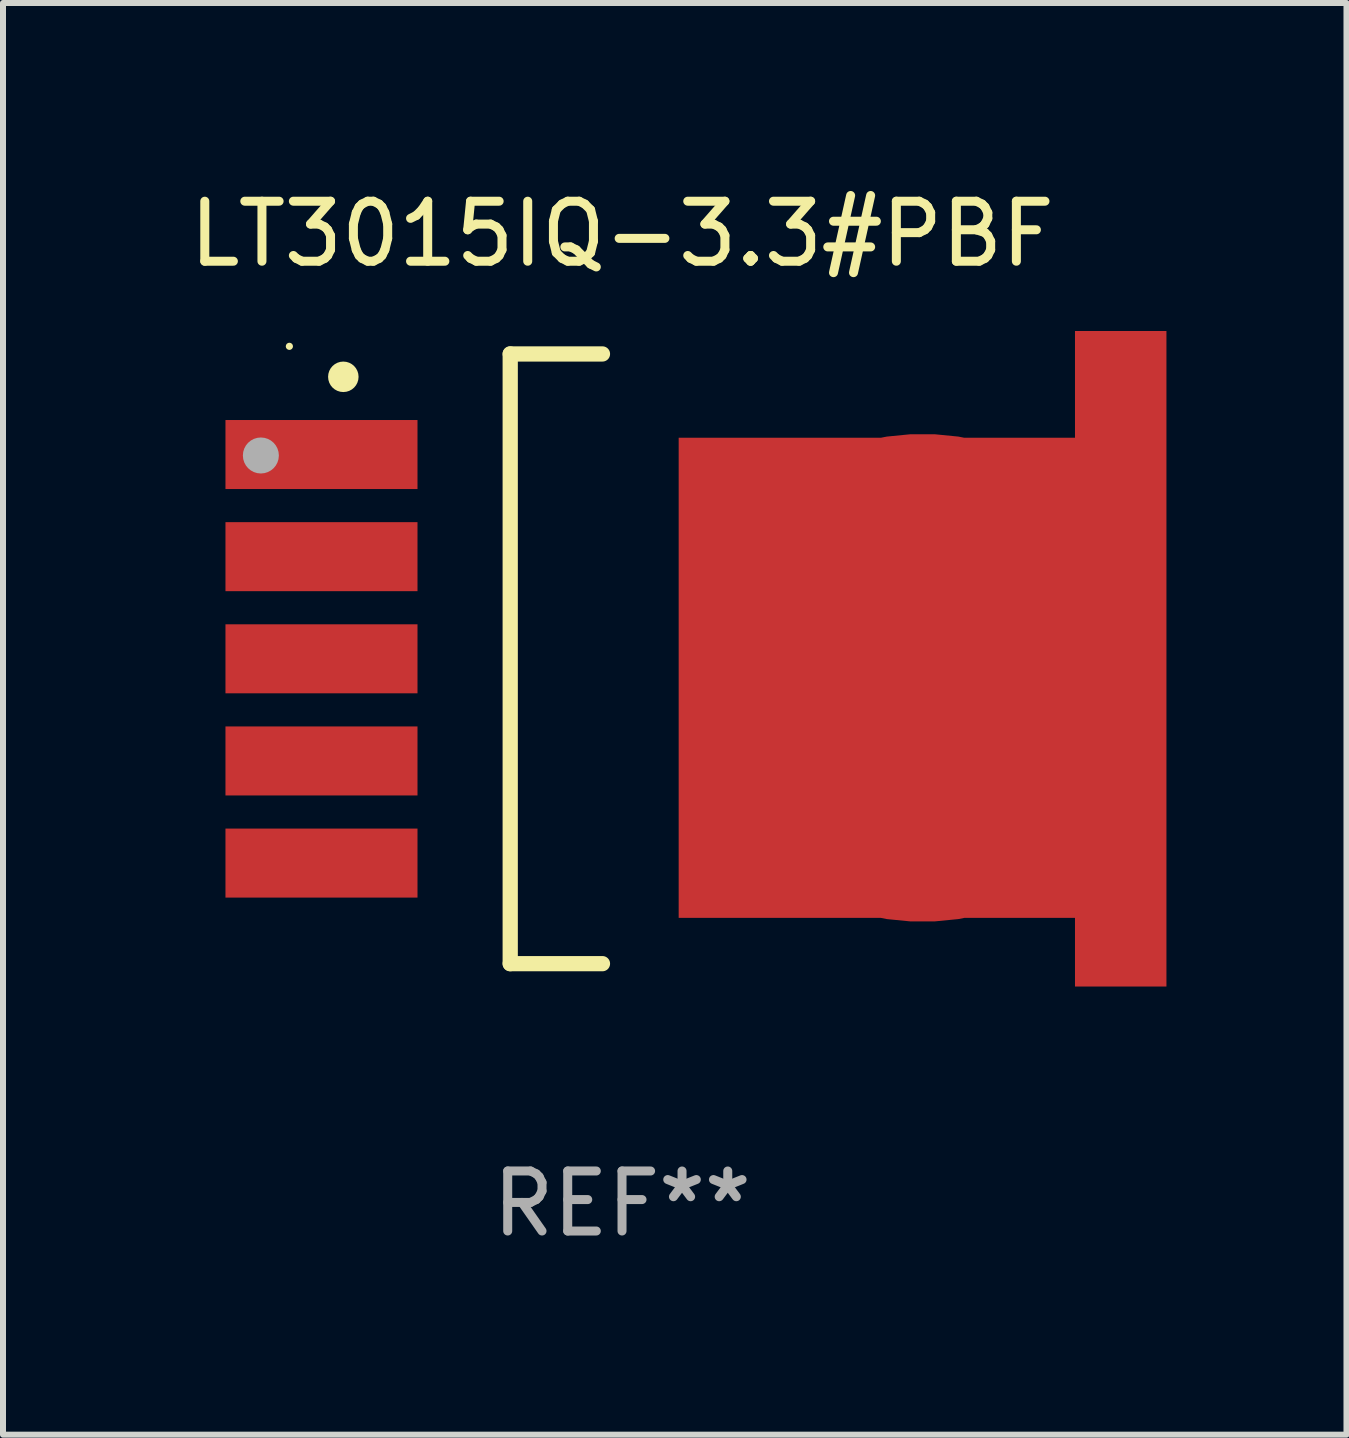
<source format=kicad_pcb>
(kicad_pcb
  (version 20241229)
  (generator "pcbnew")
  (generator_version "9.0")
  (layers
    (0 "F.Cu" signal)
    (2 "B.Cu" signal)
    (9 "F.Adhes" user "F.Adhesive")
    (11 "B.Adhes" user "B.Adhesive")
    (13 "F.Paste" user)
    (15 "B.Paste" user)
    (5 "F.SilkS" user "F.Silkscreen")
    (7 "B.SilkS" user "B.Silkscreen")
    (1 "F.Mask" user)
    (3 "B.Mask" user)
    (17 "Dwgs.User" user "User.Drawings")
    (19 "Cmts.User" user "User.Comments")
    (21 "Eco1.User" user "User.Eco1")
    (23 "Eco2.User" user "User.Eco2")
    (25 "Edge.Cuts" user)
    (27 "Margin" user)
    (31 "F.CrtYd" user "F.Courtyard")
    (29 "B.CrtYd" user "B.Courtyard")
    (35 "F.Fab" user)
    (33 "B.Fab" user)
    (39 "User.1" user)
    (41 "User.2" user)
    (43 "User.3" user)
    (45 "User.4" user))
  (footprint "LT3015IQ-3.3#PBF"
    (layer "F.Cu")
    (at 7.315 7.928)
    (property "Reference" "LT3015IQ-3.3#PBF" (at 0 -7.08 0) (layer "F.SilkS") (effects (font (size 1 1) (thickness 0.15))))
    (attr through_hole)
    (fp_line (start -1.863 -5.08) (end -0.326 -5.08) (stroke (width 0.254) (type solid)) (layer "F.SilkS"))
    (fp_line (start -1.863 5.08) (end -1.863 -5.08) (stroke (width 0.254) (type solid)) (layer "F.SilkS"))
    (fp_line (start -0.326 5.08) (end -1.863 5.08) (stroke (width 0.254) (type solid)) (layer "F.SilkS"))
    (fp_circle (center -5.543 -5.207) (end -5.513 -5.207) (stroke (width 0.06) (type solid)) (fill no) (layer "F.SilkS"))
    (fp_circle (center -4.644 -4.699) (end -4.517 -4.699) (stroke (width 0.254) (type solid)) (fill no) (layer "F.SilkS"))
    (fp_circle (center -6.018 -3.388) (end -5.868 -3.388) (stroke (width 0.3) (type solid)) (fill no) (layer "F.Fab"))
    (fp_text user "REF**" (at 0 9.08 0) (layer "F.Fab") (effects (font (size 1 1) (thickness 0.15))))
    (pad "1" smd rect (at -5.008 -3.404) (size 3.2 1.15) (layers "F.Cu" "F.Mask" "F.Paste"))
    (pad "2" smd rect (at -5.008 -1.702) (size 3.2 1.15) (layers "F.Cu" "F.Mask" "F.Paste"))
    (pad "3" smd rect (at -5.008 -0.000025) (size 3.2 1.15) (layers "F.Cu" "F.Mask" "F.Paste"))
    (pad "4" smd rect (at -5.008 1.702) (size 3.2 1.15) (layers "F.Cu" "F.Mask" "F.Paste"))
    (pad "5" smd rect (at -5.008 3.404) (size 3.2 1.15) (layers "F.Cu" "F.Mask" "F.Paste"))
    (pad "6" smd custom (at 5.008 0.317) (size 8.128 10.922) (layers "F.Cu" "F.Mask" "F.Paste") (options (anchor circle)) (primitives (gr_poly (pts (xy -4.064 -4.001) (xy 2.54 -4.001) (xy 2.54 -5.779) (xy 4.064 -5.779) (xy 4.064 5.144) (xy 2.54 5.144) (xy 2.54 4) (xy -4.064 4)) (width 0) (fill yes)))))
  (gr_rect
    (start -3 -3)
    (end 19.387 20.857)
    (stroke (width 0.1) (type default))
    (fill no)
    (layer "Edge.Cuts")))
</source>
